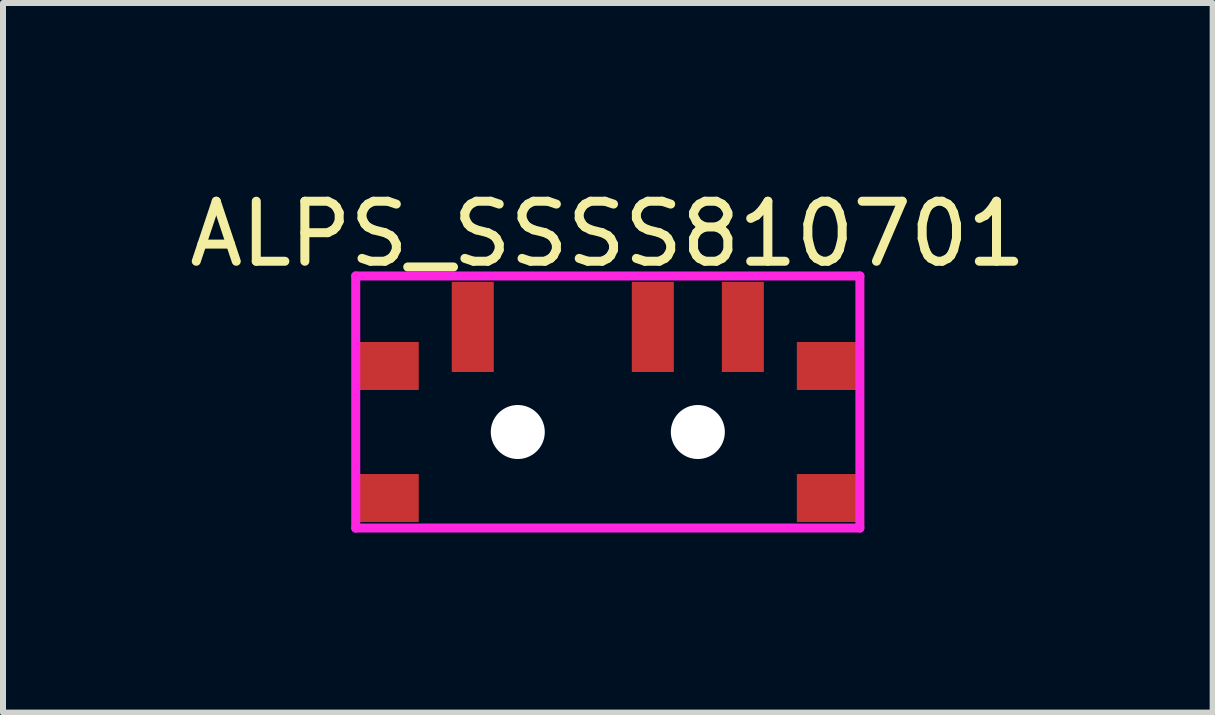
<source format=kicad_pcb>
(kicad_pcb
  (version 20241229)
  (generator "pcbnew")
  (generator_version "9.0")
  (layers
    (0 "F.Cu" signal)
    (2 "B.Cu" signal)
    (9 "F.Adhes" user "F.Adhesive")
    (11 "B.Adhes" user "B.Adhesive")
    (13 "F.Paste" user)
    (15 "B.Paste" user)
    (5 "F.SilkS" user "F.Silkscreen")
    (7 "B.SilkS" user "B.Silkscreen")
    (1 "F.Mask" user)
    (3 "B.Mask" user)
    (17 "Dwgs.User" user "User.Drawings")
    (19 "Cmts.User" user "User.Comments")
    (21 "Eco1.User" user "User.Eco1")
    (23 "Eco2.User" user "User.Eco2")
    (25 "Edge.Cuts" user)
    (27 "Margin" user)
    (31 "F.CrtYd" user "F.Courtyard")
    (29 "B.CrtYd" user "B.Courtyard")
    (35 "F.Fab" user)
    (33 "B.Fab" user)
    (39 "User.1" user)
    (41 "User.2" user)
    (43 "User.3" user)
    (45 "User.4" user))
  (footprint "ALPS_SSSS810701"
    (layer "F.Cu")
    (at 7.077 4.148)
    (property "Reference" "ALPS_SSSS810701" (at 0 -3.3 0) (layer "F.SilkS") (effects (font (size 1 1) (thickness 0.15))))
    (attr through_hole)
    (fp_line (start -4.2 -2.6) (end -4.2 1.6) (stroke (width 0.15) (type solid)) (layer "F.CrtYd"))
    (fp_line (start -4.2 -2.6) (end 4.2 -2.6) (stroke (width 0.15) (type solid)) (layer "F.CrtYd"))
    (fp_line (start -4.2 1.6) (end 4.2 1.6) (stroke (width 0.15) (type solid)) (layer "F.CrtYd"))
    (fp_line (start 4.2 1.6) (end 4.2 -2.6) (stroke (width 0.15) (type solid)) (layer "F.CrtYd"))
    (pad "" np_thru_hole circle (at -1.5 0) (size 0.9 0.9) (drill 0.9) (layers "*.Cu" "*.Mask"))
    (pad "" np_thru_hole circle (at 1.5 0) (size 0.9 0.9) (drill 0.9) (layers "*.Cu" "*.Mask"))
    (pad "1" smd rect (at -2.25 -1.75) (size 0.7 1.5) (layers "F.Cu" "F.Mask" "F.Paste"))
    (pad "2" smd rect (at 0.75 -1.75) (size 0.7 1.5) (layers "F.Cu" "F.Mask" "F.Paste"))
    (pad "3" smd rect (at 2.25 -1.75) (size 0.7 1.5) (layers "F.Cu" "F.Mask" "F.Paste"))
    (pad "GND" smd rect (at -3.65 -1.1) (size 1 0.8) (layers "F.Cu" "F.Mask" "F.Paste"))
    (pad "GND" smd rect (at -3.65 1.1) (size 1 0.8) (layers "F.Cu" "F.Mask" "F.Paste"))
    (pad "GND" smd rect (at 3.65 -1.1) (size 1 0.8) (layers "F.Cu" "F.Mask" "F.Paste"))
    (pad "GND" smd rect (at 3.65 1.1) (size 1 0.8) (layers "F.Cu" "F.Mask" "F.Paste")))
  (gr_rect
    (start -3 -3)
    (end 17.155 8.823)
    (stroke (width 0.1) (type default))
    (fill no)
    (layer "Edge.Cuts")))
</source>
